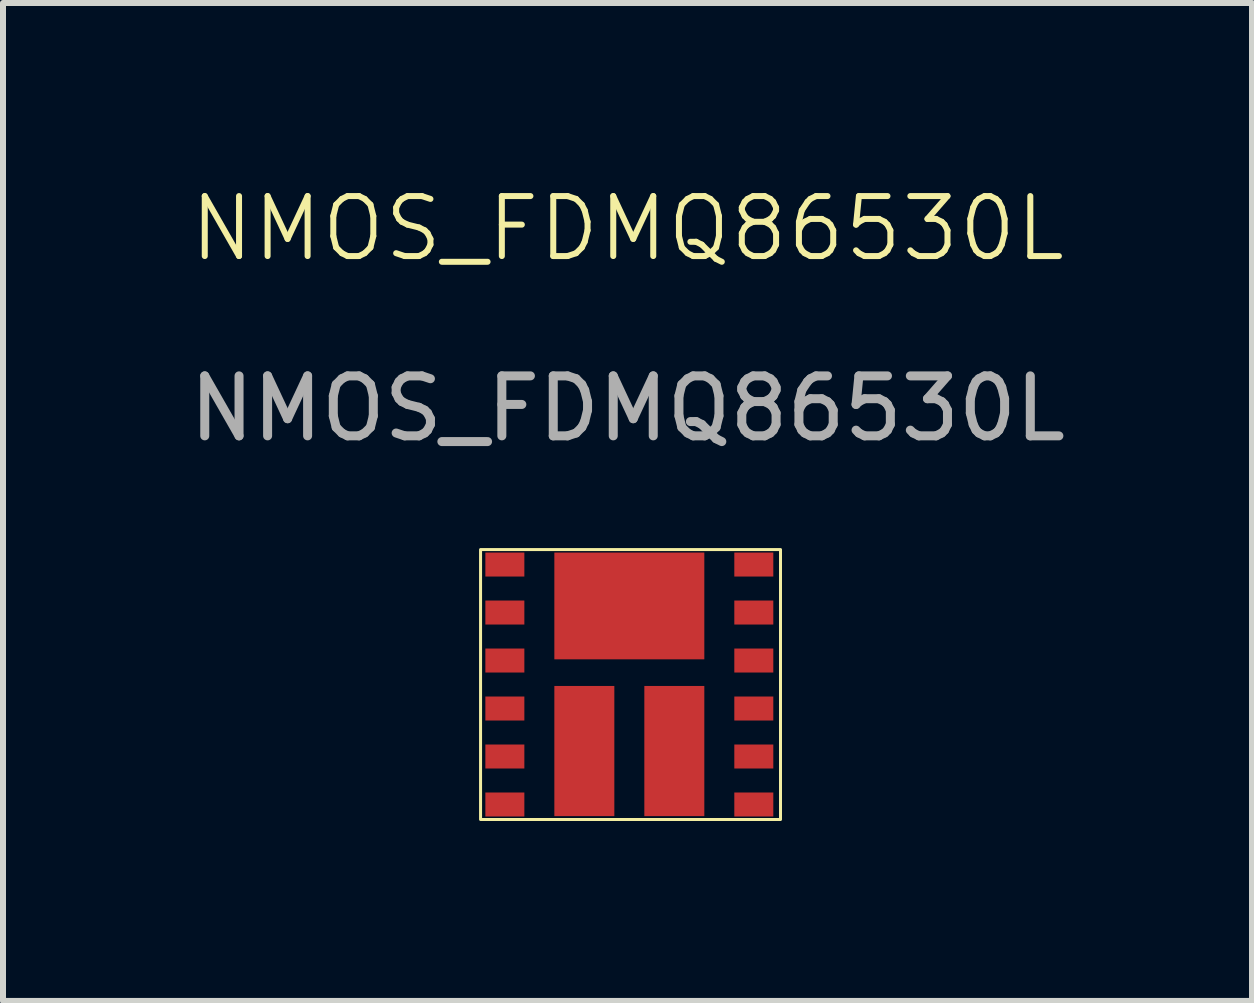
<source format=kicad_pcb>
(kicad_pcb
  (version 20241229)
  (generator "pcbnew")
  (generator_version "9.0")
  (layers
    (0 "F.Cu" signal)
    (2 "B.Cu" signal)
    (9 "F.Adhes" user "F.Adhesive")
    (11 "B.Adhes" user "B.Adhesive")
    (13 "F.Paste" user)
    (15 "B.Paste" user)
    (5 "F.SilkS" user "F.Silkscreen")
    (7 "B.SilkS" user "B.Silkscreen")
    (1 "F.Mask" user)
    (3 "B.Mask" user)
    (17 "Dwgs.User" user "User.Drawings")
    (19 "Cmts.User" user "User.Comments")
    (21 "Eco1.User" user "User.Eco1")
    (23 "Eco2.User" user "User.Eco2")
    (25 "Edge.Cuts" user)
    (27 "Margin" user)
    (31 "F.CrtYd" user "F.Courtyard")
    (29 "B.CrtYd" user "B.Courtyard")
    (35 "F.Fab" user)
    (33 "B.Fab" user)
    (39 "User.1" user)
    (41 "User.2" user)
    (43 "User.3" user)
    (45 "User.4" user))
  (footprint "NMOS_FDMQ86530L"
    (layer "F.Cu")
    (at 7.461 8.361)
    (property "Reference" "NMOS_FDMQ86530L" (at -0.05 -7.6 0) (unlocked yes) (layer "F.SilkS") (effects (font (size 1 1) (thickness 0.1))))
    (attr smd)
    (fp_rect (start -2.5 -2.25) (end 2.5 2.25) (stroke (width 0.05) (type default)) (fill no) (layer "F.SilkS"))
    (fp_text user "${REFERENCE}" (at -0.05 -4.6 0) (unlocked yes) (layer "F.Fab") (effects (font (size 1 1) (thickness 0.15))))
    (pad "1" smd rect (at -2.095 -2 90) (size 0.4 0.65) (layers "F.Cu" "F.Mask" "F.Paste"))
    (pad "2" smd rect (at -2.095 -1.2 90) (size 0.4 0.65) (layers "F.Cu" "F.Mask" "F.Paste"))
    (pad "2" smd rect (at -0.02 -1.31 270) (size 1.78 2.5) (layers "F.Cu" "F.Mask" "F.Paste"))
    (pad "3" smd rect (at -2.095 -0.4 90) (size 0.4 0.65) (layers "F.Cu" "F.Mask" "F.Paste"))
    (pad "3" smd rect (at -0.77 1.109 180) (size 1 2.17) (layers "F.Cu" "F.Mask" "F.Paste"))
    (pad "4" smd rect (at -2.095 0.4 90) (size 0.4 0.65) (layers "F.Cu" "F.Mask" "F.Paste"))
    (pad "5" smd rect (at -2.095 1.2 90) (size 0.4 0.65) (layers "F.Cu" "F.Mask" "F.Paste"))
    (pad "6" smd rect (at -2.095 2 90) (size 0.4 0.65) (layers "F.Cu" "F.Mask" "F.Paste"))
    (pad "7" smd rect (at 2.055 2 90) (size 0.4 0.65) (layers "F.Cu" "F.Mask" "F.Paste"))
    (pad "8" smd rect (at 2.055 1.2 90) (size 0.4 0.65) (layers "F.Cu" "F.Mask" "F.Paste"))
    (pad "9" smd rect (at 2.055 0.4 90) (size 0.4 0.65) (layers "F.Cu" "F.Mask" "F.Paste"))
    (pad "10" smd rect (at 0.73 1.109 180) (size 1 2.17) (layers "F.Cu" "F.Mask" "F.Paste"))
    (pad "10" smd rect (at 2.055 -0.4 90) (size 0.4 0.65) (layers "F.Cu" "F.Mask" "F.Paste"))
    (pad "11" smd rect (at 2.055 -1.2 90) (size 0.4 0.65) (layers "F.Cu" "F.Mask" "F.Paste"))
    (pad "12" smd rect (at 2.055 -2 90) (size 0.4 0.65) (layers "F.Cu" "F.Mask" "F.Paste"))
    (zone (net_name "") (layer "F.SilkS") (name "Zone") (hatch edge 0.5) (connect_pads) (min_thickness 0.25) (filled_areas_thickness no) (keepout (tracks allowed) (vias not_allowed) (pads not_allowed) (copperpour allowed) (footprints allowed)) (placement (enabled no)) (fill) (polygon (pts (xy 4.961 6.111) (xy 9.961 6.111) (xy 9.961 10.611) (xy 4.961 10.611)))))
  (gr_rect
    (start -3 -3)
    (end 17.821 13.636)
    (stroke (width 0.1) (type default))
    (fill no)
    (layer "Edge.Cuts")))
</source>
